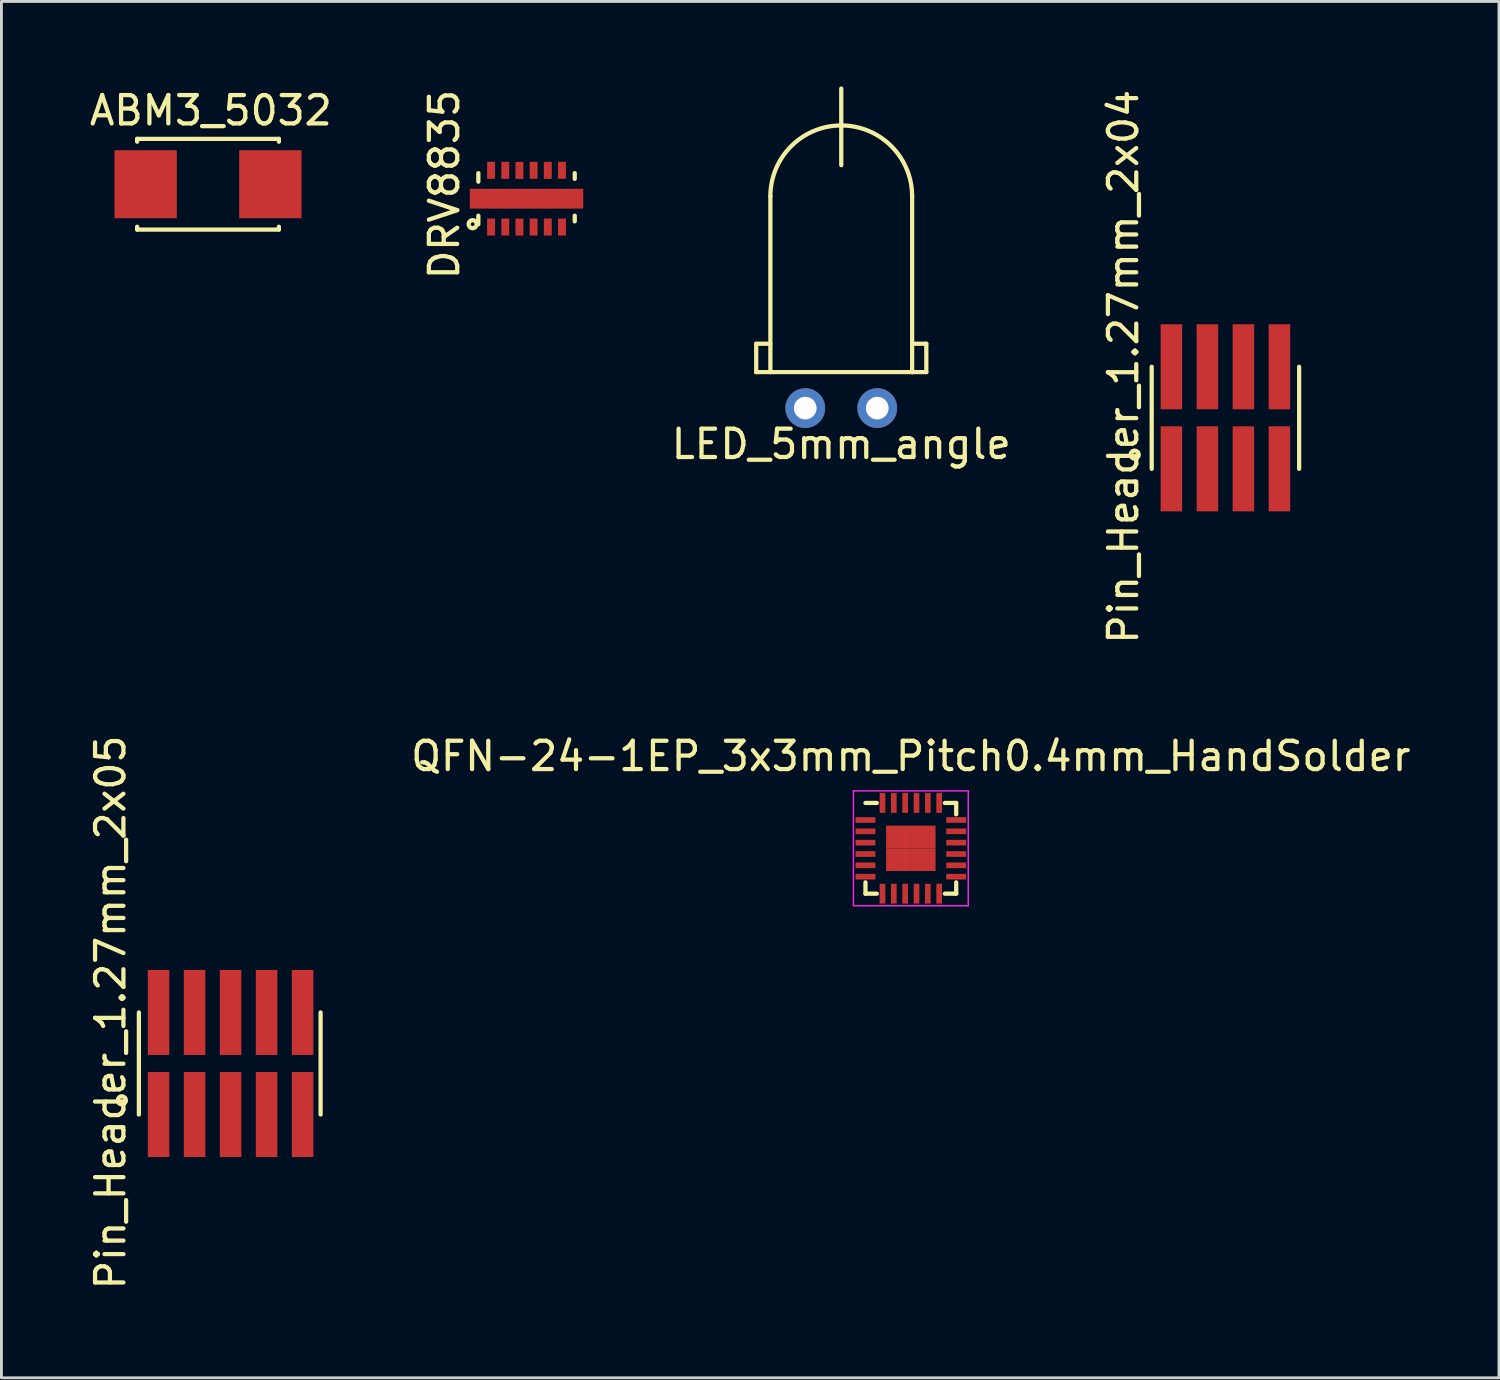
<source format=kicad_pcb>
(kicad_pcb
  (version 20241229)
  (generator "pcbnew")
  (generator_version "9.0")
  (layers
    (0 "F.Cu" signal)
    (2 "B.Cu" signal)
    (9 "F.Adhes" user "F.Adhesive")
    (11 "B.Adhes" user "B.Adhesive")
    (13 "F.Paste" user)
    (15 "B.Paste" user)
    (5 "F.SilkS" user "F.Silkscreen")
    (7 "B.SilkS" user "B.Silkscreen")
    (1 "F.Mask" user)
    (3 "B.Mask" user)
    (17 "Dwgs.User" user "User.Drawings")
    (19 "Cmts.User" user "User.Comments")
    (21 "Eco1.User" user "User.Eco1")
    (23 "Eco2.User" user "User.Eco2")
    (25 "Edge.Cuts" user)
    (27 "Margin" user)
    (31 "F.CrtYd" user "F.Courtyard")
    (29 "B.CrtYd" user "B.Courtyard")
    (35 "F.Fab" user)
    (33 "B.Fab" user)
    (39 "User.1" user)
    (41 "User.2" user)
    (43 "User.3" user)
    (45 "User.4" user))
  (footprint "LED_5mm_angle"
    (layer "F.Cu")
    (at 26.623 10.075)
    (property "Reference" "LED_5mm_angle" (at 0 2.54 0) (layer "F.SilkS") (effects (font (size 1 1) (thickness 0.15))))
    (attr through_hole)
    (fp_line (start -3 0) (end -3 -1) (stroke (width 0.15) (type solid)) (layer "F.SilkS"))
    (fp_line (start -2.5 -6.2) (end -2.5 -0.1) (stroke (width 0.15) (type solid)) (layer "F.SilkS"))
    (fp_line (start -2.5 -1) (end -3 -1) (stroke (width 0.15) (type solid)) (layer "F.SilkS"))
    (fp_line (start -2.5 0) (end -3 0) (stroke (width 0.15) (type solid)) (layer "F.SilkS"))
    (fp_line (start 0 -7.3) (end 0 -10) (stroke (width 0.15) (type solid)) (layer "F.SilkS"))
    (fp_line (start 2.5 -6.2) (end 2.5 0) (stroke (width 0.15) (type solid)) (layer "F.SilkS"))
    (fp_line (start 2.5 -1) (end 3 -1) (stroke (width 0.15) (type solid)) (layer "F.SilkS"))
    (fp_line (start 2.5 0) (end -2.5 0) (stroke (width 0.15) (type solid)) (layer "F.SilkS"))
    (fp_line (start 2.5 0) (end 3 0) (stroke (width 0.15) (type solid)) (layer "F.SilkS"))
    (fp_line (start 3 -1) (end 3 0) (stroke (width 0.15) (type solid)) (layer "F.SilkS"))
    (fp_arc (start -2.5 -6.2) (mid 0 -8.7) (end 2.5 -6.2) (stroke (width 0.15) (type solid)) (layer "F.SilkS"))
    (pad "1" thru_hole circle (at -1.27 1.27) (size 1.4 1.4) (drill 0.8) (layers "*.Cu" "*.Mask"))
    (pad "2" thru_hole circle (at 1.27 1.27) (size 1.4 1.4) (drill 0.8) (layers "*.Cu" "*.Mask")))
  (footprint "ABM3_5032"
    (layer "F.Cu")
    (at 4.287 3.448)
    (property "Reference" "ABM3_5032" (at 0.1 -2.6 0) (layer "F.SilkS") (effects (font (size 1 1) (thickness 0.15))))
    (attr through_hole)
    (fp_line (start -2.5 -1.6) (end -2.5 -1.5) (stroke (width 0.15) (type solid)) (layer "F.SilkS"))
    (fp_line (start -2.5 -1.6) (end 2.5 -1.6) (stroke (width 0.15) (type solid)) (layer "F.SilkS"))
    (fp_line (start -2.5 1.6) (end -2.5 1.5) (stroke (width 0.15) (type solid)) (layer "F.SilkS"))
    (fp_line (start -2.5 1.6) (end 2.5 1.6) (stroke (width 0.15) (type solid)) (layer "F.SilkS"))
    (fp_line (start 2.5 -1.6) (end 2.5 -1.5) (stroke (width 0.15) (type solid)) (layer "F.SilkS"))
    (fp_line (start 2.5 1.6) (end 2.5 1.5) (stroke (width 0.15) (type solid)) (layer "F.SilkS"))
    (pad "1" smd rect (at -2.2 0) (size 2.2 2.4) (layers "F.Cu" "F.Mask" "F.Paste"))
    (pad "2" smd rect (at 2.2 0) (size 2.2 2.4) (layers "F.Cu" "F.Mask" "F.Paste")))
  (footprint "DRV8835"
    (layer "F.Cu")
    (at 15.522 3.958)
    (property "Reference" "DRV8835" (at -2.9 -0.5 90) (layer "F.SilkS") (effects (font (size 1 1) (thickness 0.15))))
    (attr through_hole)
    (fp_line (start -1.7 -0.9) (end -1.7 -0.6) (stroke (width 0.15) (type solid)) (layer "F.SilkS"))
    (fp_line (start -1.7 0.6) (end -1.7 0.9) (stroke (width 0.15) (type solid)) (layer "F.SilkS"))
    (fp_line (start 1.7 -0.9) (end 1.7 -0.7) (stroke (width 0.15) (type solid)) (layer "F.SilkS"))
    (fp_line (start 1.7 0.6) (end 1.7 0.8) (stroke (width 0.15) (type solid)) (layer "F.SilkS"))
    (fp_circle (center -1.9 0.9) (end -1.8 1) (stroke (width 0.15) (type solid)) (fill no) (layer "F.SilkS"))
    (pad "1" smd rect (at -1.25 1) (size 0.28 0.6) (layers "F.Cu" "F.Mask" "F.Paste"))
    (pad "2" smd rect (at -0.75 1) (size 0.28 0.6) (layers "F.Cu" "F.Mask" "F.Paste"))
    (pad "3" smd rect (at -0.25 1) (size 0.28 0.6) (layers "F.Cu" "F.Mask" "F.Paste"))
    (pad "4" smd rect (at 0.25 1) (size 0.28 0.6) (layers "F.Cu" "F.Mask" "F.Paste"))
    (pad "5" smd rect (at 0.75 1) (size 0.28 0.6) (layers "F.Cu" "F.Mask" "F.Paste"))
    (pad "6" smd rect (at 1.25 1) (size 0.28 0.6) (layers "F.Cu" "F.Mask" "F.Paste"))
    (pad "7" smd rect (at 1.25 -1) (size 0.28 0.6) (layers "F.Cu" "F.Mask" "F.Paste"))
    (pad "8" smd rect (at 0.75 -1) (size 0.28 0.6) (layers "F.Cu" "F.Mask" "F.Paste"))
    (pad "9" smd rect (at 0.25 -1) (size 0.28 0.6) (layers "F.Cu" "F.Mask" "F.Paste"))
    (pad "10" smd rect (at -0.25 -1) (size 0.28 0.6) (layers "F.Cu" "F.Mask" "F.Paste"))
    (pad "11" smd rect (at -0.75 -1) (size 0.28 0.6) (layers "F.Cu" "F.Mask" "F.Paste"))
    (pad "12" smd rect (at -1.25 -1) (size 0.28 0.6) (layers "F.Cu" "F.Mask" "F.Paste"))
    (pad "EP" smd rect (at 0 0) (size 4 0.7) (layers "F.Cu" "F.Mask" "F.Paste")))
  (footprint "Pin_Header_1.27mm_2x05"
    (layer "F.Cu")
    (at 5.083 34.461)
    (property "Reference" "Pin_Header_1.27mm_2x05" (at -4.235 -1.8 90) (layer "F.SilkS") (effects (font (size 1 1) (thickness 0.15))))
    (attr through_hole)
    (fp_line (start -3.235 -1.8) (end -3.235 1.8) (stroke (width 0.15) (type solid)) (layer "F.SilkS"))
    (fp_line (start 3.175 -1.8) (end 3.175 1.8) (stroke (width 0.15) (type solid)) (layer "F.SilkS"))
    (fp_circle (center -3.835 1.3) (end -3.735 1.4) (stroke (width 0.15) (type solid)) (fill no) (layer "F.SilkS"))
    (pad "1" smd rect (at -2.54 1.8) (size 0.76 3) (layers "F.Cu" "F.Mask" "F.Paste"))
    (pad "2" smd rect (at -2.54 -1.8) (size 0.76 3) (layers "F.Cu" "F.Mask" "F.Paste"))
    (pad "3" smd rect (at -1.27 1.8) (size 0.76 3) (layers "F.Cu" "F.Mask" "F.Paste"))
    (pad "4" smd rect (at -1.27 -1.8) (size 0.76 3) (layers "F.Cu" "F.Mask" "F.Paste"))
    (pad "5" smd rect (at 0 1.8) (size 0.76 3) (layers "F.Cu" "F.Mask" "F.Paste"))
    (pad "6" smd rect (at 0 -1.8) (size 0.76 3) (layers "F.Cu" "F.Mask" "F.Paste"))
    (pad "7" smd rect (at 1.27 1.8) (size 0.76 3) (layers "F.Cu" "F.Mask" "F.Paste"))
    (pad "8" smd rect (at 1.27 -1.8) (size 0.76 3) (layers "F.Cu" "F.Mask" "F.Paste"))
    (pad "9" smd rect (at 2.54 1.8) (size 0.76 3) (layers "F.Cu" "F.Mask" "F.Paste"))
    (pad "10" smd rect (at 2.54 -1.8) (size 0.76 3) (layers "F.Cu" "F.Mask" "F.Paste")))
  (footprint "Pin_Header_1.27mm_2x04"
    (layer "F.Cu")
    (at 40.173 11.687)
    (property "Reference" "Pin_Header_1.27mm_2x04" (at -3.6 -1.8 90) (layer "F.SilkS") (effects (font (size 1 1) (thickness 0.15))))
    (attr through_hole)
    (fp_line (start -2.6 -1.8) (end -2.6 1.8) (stroke (width 0.15) (type solid)) (layer "F.SilkS"))
    (fp_line (start 2.6 -1.8) (end 2.6 1.8) (stroke (width 0.15) (type solid)) (layer "F.SilkS"))
    (fp_circle (center -3.2 1.3) (end -3.1 1.4) (stroke (width 0.15) (type solid)) (fill no) (layer "F.SilkS"))
    (pad "1" smd rect (at -1.905 1.8) (size 0.76 3) (layers "F.Cu" "F.Mask" "F.Paste"))
    (pad "2" smd rect (at -1.905 -1.8) (size 0.76 3) (layers "F.Cu" "F.Mask" "F.Paste"))
    (pad "3" smd rect (at -0.635 1.8) (size 0.76 3) (layers "F.Cu" "F.Mask" "F.Paste"))
    (pad "4" smd rect (at -0.635 -1.8) (size 0.76 3) (layers "F.Cu" "F.Mask" "F.Paste"))
    (pad "5" smd rect (at 0.635 1.8) (size 0.76 3) (layers "F.Cu" "F.Mask" "F.Paste"))
    (pad "6" smd rect (at 0.635 -1.8) (size 0.76 3) (layers "F.Cu" "F.Mask" "F.Paste"))
    (pad "7" smd rect (at 1.905 1.8) (size 0.76 3) (layers "F.Cu" "F.Mask" "F.Paste"))
    (pad "8" smd rect (at 1.905 -1.8) (size 0.76 3) (layers "F.Cu" "F.Mask" "F.Paste")))
  (footprint "QFN-24-1EP_3x3mm_Pitch0.4mm_HandSolder"
    (layer "F.Cu")
    (at 29.077 26.872)
    (property "Reference" "QFN-24-1EP_3x3mm_Pitch0.4mm_HandSolder" (at 0 -3.25 0) (layer "F.SilkS") (effects (font (size 1 1) (thickness 0.15))))
    (attr smd)
    (fp_line (start -1.6 -1.6) (end -1.2 -1.6) (stroke (width 0.15) (type solid)) (layer "F.SilkS"))
    (fp_line (start -1.6 1.6) (end -1.6 1.2) (stroke (width 0.15) (type solid)) (layer "F.SilkS"))
    (fp_line (start -1.6 1.6) (end -1.2 1.6) (stroke (width 0.15) (type solid)) (layer "F.SilkS"))
    (fp_line (start 1.6 -1.6) (end 1.2 -1.6) (stroke (width 0.15) (type solid)) (layer "F.SilkS"))
    (fp_line (start 1.6 -1.6) (end 1.6 -1.2) (stroke (width 0.15) (type solid)) (layer "F.SilkS"))
    (fp_line (start 1.6 1.6) (end 1.2 1.6) (stroke (width 0.15) (type solid)) (layer "F.SilkS"))
    (fp_line (start 1.6 1.6) (end 1.6 1.2) (stroke (width 0.15) (type solid)) (layer "F.SilkS"))
    (fp_line (start -2.025 -2.025) (end 2.025 -2.025) (stroke (width 0.05) (type solid)) (layer "F.CrtYd"))
    (fp_line (start -2.025 2.025) (end -2.025 -2.025) (stroke (width 0.05) (type solid)) (layer "F.CrtYd"))
    (fp_line (start 2.025 -2.025) (end 2.025 2.025) (stroke (width 0.05) (type solid)) (layer "F.CrtYd"))
    (fp_line (start 2.025 2.025) (end -2.025 2.025) (stroke (width 0.05) (type solid)) (layer "F.CrtYd"))
    (pad "1" smd rect (at -1.6 -1) (size 0.7 0.2) (layers "F.Cu" "F.Mask" "F.Paste"))
    (pad "2" smd rect (at -1.6 -0.6) (size 0.7 0.2) (layers "F.Cu" "F.Mask" "F.Paste"))
    (pad "3" smd rect (at -1.6 -0.2) (size 0.7 0.2) (layers "F.Cu" "F.Mask" "F.Paste"))
    (pad "4" smd rect (at -1.6 0.2) (size 0.7 0.2) (layers "F.Cu" "F.Mask" "F.Paste"))
    (pad "5" smd rect (at -1.6 0.6) (size 0.7 0.2) (layers "F.Cu" "F.Mask" "F.Paste"))
    (pad "6" smd rect (at -1.6 1) (size 0.7 0.2) (layers "F.Cu" "F.Mask" "F.Paste"))
    (pad "7" smd rect (at -1 1.6 90) (size 0.7 0.2) (layers "F.Cu" "F.Mask" "F.Paste"))
    (pad "8" smd rect (at -0.6 1.6 90) (size 0.7 0.2) (layers "F.Cu" "F.Mask" "F.Paste"))
    (pad "9" smd rect (at -0.2 1.6 90) (size 0.7 0.2) (layers "F.Cu" "F.Mask" "F.Paste"))
    (pad "10" smd rect (at 0.2 1.6 90) (size 0.7 0.2) (layers "F.Cu" "F.Mask" "F.Paste"))
    (pad "11" smd rect (at 0.6 1.6 90) (size 0.7 0.2) (layers "F.Cu" "F.Mask" "F.Paste"))
    (pad "12" smd rect (at 1 1.6 90) (size 0.7 0.2) (layers "F.Cu" "F.Mask" "F.Paste"))
    (pad "13" smd rect (at 1.6 1) (size 0.7 0.2) (layers "F.Cu" "F.Mask" "F.Paste"))
    (pad "14" smd rect (at 1.6 0.6) (size 0.7 0.2) (layers "F.Cu" "F.Mask" "F.Paste"))
    (pad "15" smd rect (at 1.6 0.2) (size 0.7 0.2) (layers "F.Cu" "F.Mask" "F.Paste"))
    (pad "16" smd rect (at 1.6 -0.2) (size 0.7 0.2) (layers "F.Cu" "F.Mask" "F.Paste"))
    (pad "17" smd rect (at 1.6 -0.6) (size 0.7 0.2) (layers "F.Cu" "F.Mask" "F.Paste"))
    (pad "18" smd rect (at 1.6 -1) (size 0.7 0.2) (layers "F.Cu" "F.Mask" "F.Paste"))
    (pad "19" smd rect (at 1 -1.6 90) (size 0.7 0.2) (layers "F.Cu" "F.Mask" "F.Paste"))
    (pad "20" smd rect (at 0.6 -1.6 90) (size 0.7 0.2) (layers "F.Cu" "F.Mask" "F.Paste"))
    (pad "21" smd rect (at 0.2 -1.6 90) (size 0.7 0.2) (layers "F.Cu" "F.Mask" "F.Paste"))
    (pad "22" smd rect (at -0.2 -1.6 90) (size 0.7 0.2) (layers "F.Cu" "F.Mask" "F.Paste"))
    (pad "23" smd rect (at -0.6 -1.6 90) (size 0.7 0.2) (layers "F.Cu" "F.Mask" "F.Paste"))
    (pad "24" smd rect (at -1 -1.6 90) (size 0.7 0.2) (layers "F.Cu" "F.Mask" "F.Paste"))
    (pad "25" smd rect (at -0.435 -0.4) (size 0.875 0.8) (layers "F.Cu" "F.Mask" "F.Paste"))
    (pad "25" smd rect (at -0.435 0.4) (size 0.875 0.8) (layers "F.Cu" "F.Mask" "F.Paste"))
    (pad "25" smd rect (at 0.435 -0.4) (size 0.875 0.8) (layers "F.Cu" "F.Mask" "F.Paste"))
    (pad "25" smd rect (at 0.435 0.4) (size 0.875 0.8) (layers "F.Cu" "F.Mask" "F.Paste")))
  (gr_rect
    (start -3 -3)
    (end 49.821 45.548)
    (stroke (width 0.1) (type default))
    (fill no)
    (layer "Edge.Cuts")))
</source>
